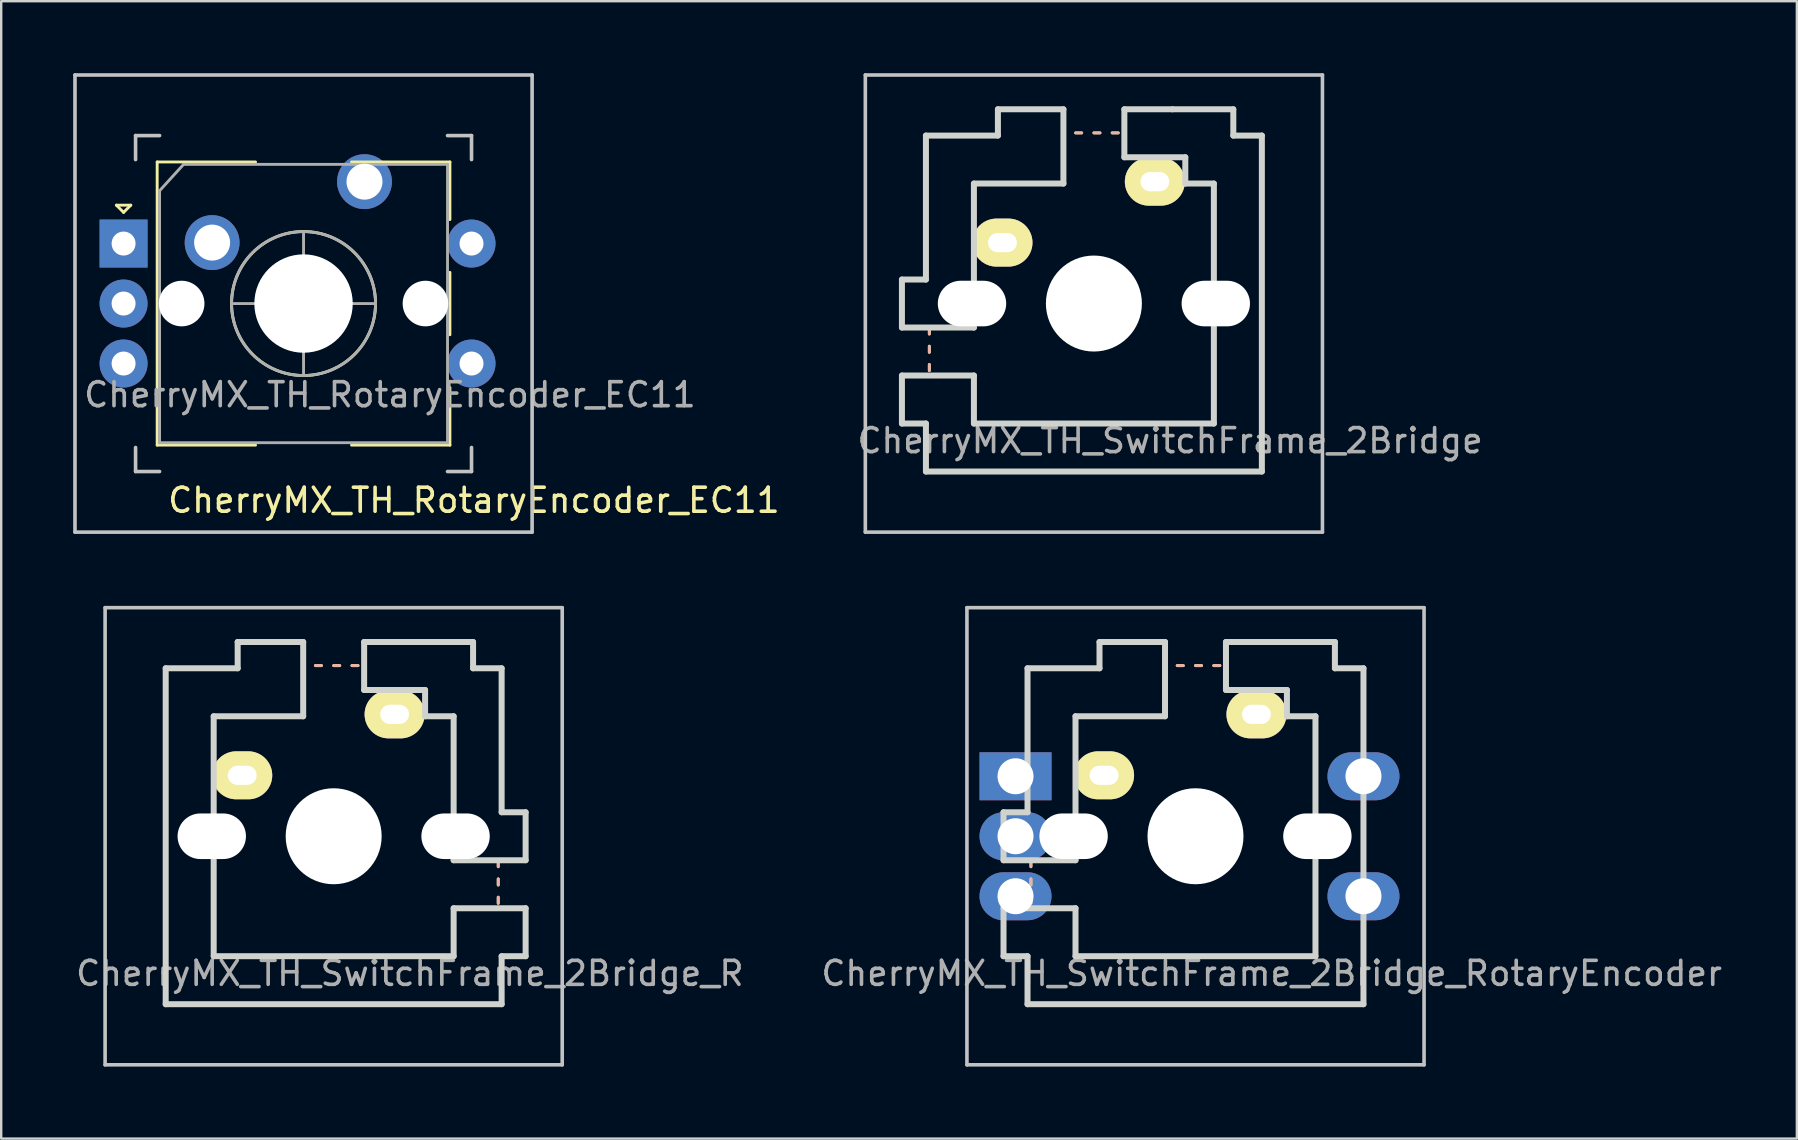
<source format=kicad_pcb>
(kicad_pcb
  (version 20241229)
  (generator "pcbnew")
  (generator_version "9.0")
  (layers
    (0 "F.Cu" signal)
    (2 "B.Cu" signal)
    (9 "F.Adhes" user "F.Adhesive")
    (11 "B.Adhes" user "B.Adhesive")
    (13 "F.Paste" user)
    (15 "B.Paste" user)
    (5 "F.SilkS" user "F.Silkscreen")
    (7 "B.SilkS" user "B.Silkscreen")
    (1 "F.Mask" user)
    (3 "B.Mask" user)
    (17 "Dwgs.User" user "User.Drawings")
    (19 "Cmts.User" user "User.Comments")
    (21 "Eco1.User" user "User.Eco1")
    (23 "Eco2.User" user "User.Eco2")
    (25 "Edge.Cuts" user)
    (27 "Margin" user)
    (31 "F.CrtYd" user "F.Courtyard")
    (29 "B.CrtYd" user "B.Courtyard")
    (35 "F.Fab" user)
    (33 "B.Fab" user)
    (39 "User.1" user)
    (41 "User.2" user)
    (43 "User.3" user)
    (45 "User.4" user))
  (footprint "CherryMX_TH_SwitchFrame_2Bridge_R"
    (layer "F.Cu")
    (at 10.855 31.8)
    (property "Reference" "CherryMX_TH_SwitchFrame_2Bridge_R" (at 3.175 5.715 0) (layer "F.Fab") (effects (font (size 1 1) (thickness 0.15))))
    (attr through_hole)
    (fp_line (start -0.762 -7.112) (end -0.508 -7.112) (stroke (width 0.12) (type solid)) (layer "F.SilkS"))
    (fp_line (start 0 -7.112) (end 0.254 -7.112) (stroke (width 0.12) (type solid)) (layer "F.SilkS"))
    (fp_line (start 0.762 -7.112) (end 1.016 -7.112) (stroke (width 0.12) (type solid)) (layer "F.SilkS"))
    (fp_line (start 6.858 1.016) (end 6.858 1.27) (stroke (width 0.12) (type solid)) (layer "F.SilkS"))
    (fp_line (start 6.858 1.778) (end 6.858 2.032) (stroke (width 0.12) (type solid)) (layer "F.SilkS"))
    (fp_line (start 6.858 2.54) (end 6.858 2.794) (stroke (width 0.12) (type solid)) (layer "F.SilkS"))
    (fp_line (start -0.762 -7.112) (end -0.508 -7.112) (stroke (width 0.12) (type solid)) (layer "B.SilkS"))
    (fp_line (start 0 -7.112) (end 0.254 -7.112) (stroke (width 0.12) (type solid)) (layer "B.SilkS"))
    (fp_line (start 0.762 -7.112) (end 1.016 -7.112) (stroke (width 0.12) (type solid)) (layer "B.SilkS"))
    (fp_line (start 6.858 1.016) (end 6.858 1.27) (stroke (width 0.12) (type solid)) (layer "B.SilkS"))
    (fp_line (start 6.858 1.778) (end 6.858 2.032) (stroke (width 0.12) (type solid)) (layer "B.SilkS"))
    (fp_line (start 6.858 2.54) (end 6.858 2.794) (stroke (width 0.12) (type solid)) (layer "B.SilkS"))
    (fp_line (start -9.525 -9.525) (end 9.525 -9.525) (stroke (width 0.15) (type solid)) (layer "Dwgs.User"))
    (fp_line (start -9.525 9.525) (end -9.525 -9.525) (stroke (width 0.15) (type solid)) (layer "Dwgs.User"))
    (fp_line (start 9.525 -9.525) (end 9.525 9.525) (stroke (width 0.15) (type solid)) (layer "Dwgs.User"))
    (fp_line (start 9.525 9.525) (end -9.525 9.525) (stroke (width 0.15) (type solid)) (layer "Dwgs.User"))
    (fp_line (start -7 7) (end -7 -7) (stroke (width 0.25) (type solid)) (layer "Edge.Cuts"))
    (fp_line (start -7 7) (end 7 7) (stroke (width 0.25) (type solid)) (layer "Edge.Cuts"))
    (fp_line (start -5 5) (end -5 -5) (stroke (width 0.25) (type solid)) (layer "Edge.Cuts"))
    (fp_line (start -5 5) (end 5 5) (stroke (width 0.25) (type solid)) (layer "Edge.Cuts"))
    (fp_line (start -4 -8.096) (end -1.27 -8.096) (stroke (width 0.25) (type solid)) (layer "Edge.Cuts"))
    (fp_line (start -4 -7) (end -7 -7) (stroke (width 0.25) (type solid)) (layer "Edge.Cuts"))
    (fp_line (start -4 -7) (end -4 -8.096) (stroke (width 0.25) (type solid)) (layer "Edge.Cuts"))
    (fp_line (start -1.27 -8.096) (end -1.27 -5) (stroke (width 0.25) (type solid)) (layer "Edge.Cuts"))
    (fp_line (start -1.27 -5) (end -5 -5) (stroke (width 0.25) (type solid)) (layer "Edge.Cuts"))
    (fp_line (start 1.27 -8.096) (end 1.27 -6.096) (stroke (width 0.25) (type solid)) (layer "Edge.Cuts"))
    (fp_line (start 3.27 -8.096) (end 1.27 -8.096) (stroke (width 0.25) (type solid)) (layer "Edge.Cuts"))
    (fp_line (start 3.81 -6.096) (end 1.27 -6.096) (stroke (width 0.25) (type solid)) (layer "Edge.Cuts"))
    (fp_line (start 3.81 -6.096) (end 3.81 -5) (stroke (width 0.25) (type solid)) (layer "Edge.Cuts"))
    (fp_line (start 5 -5) (end 3.81 -5) (stroke (width 0.25) (type solid)) (layer "Edge.Cuts"))
    (fp_line (start 5 -5) (end 5 1) (stroke (width 0.25) (type solid)) (layer "Edge.Cuts"))
    (fp_line (start 5 3) (end 5 5) (stroke (width 0.25) (type solid)) (layer "Edge.Cuts"))
    (fp_line (start 5.81 -8.096) (end 3.27 -8.096) (stroke (width 0.25) (type solid)) (layer "Edge.Cuts"))
    (fp_line (start 5.81 -7) (end 5.81 -8.096) (stroke (width 0.25) (type solid)) (layer "Edge.Cuts"))
    (fp_line (start 7 -7) (end 5.81 -7) (stroke (width 0.25) (type solid)) (layer "Edge.Cuts"))
    (fp_line (start 7 -7) (end 7 -1) (stroke (width 0.25) (type solid)) (layer "Edge.Cuts"))
    (fp_line (start 7 5) (end 7 7) (stroke (width 0.25) (type solid)) (layer "Edge.Cuts"))
    (fp_line (start 8 -1) (end 7 -1) (stroke (width 0.25) (type solid)) (layer "Edge.Cuts"))
    (fp_line (start 8 -1) (end 8 1) (stroke (width 0.25) (type solid)) (layer "Edge.Cuts"))
    (fp_line (start 8 1) (end 5 1) (stroke (width 0.25) (type solid)) (layer "Edge.Cuts"))
    (fp_line (start 8 3) (end 5 3) (stroke (width 0.25) (type solid)) (layer "Edge.Cuts"))
    (fp_line (start 8 3) (end 8 5) (stroke (width 0.25) (type solid)) (layer "Edge.Cuts"))
    (fp_line (start 8 5) (end 7 5) (stroke (width 0.25) (type solid)) (layer "Edge.Cuts"))
    (pad "" np_thru_hole oval (at -5.08 0) (size 2.85 1.9) (drill oval 2.85 1.9) (layers "*.Cu" "*.Mask"))
    (pad "" np_thru_hole circle (at 0 0 270) (size 4 4) (drill 4) (layers "*.Cu" "*.Mask"))
    (pad "" np_thru_hole oval (at 5.08 0 180) (size 2.85 1.9) (drill oval 2.85 1.9) (layers "*.Cu" "*.Mask"))
    (pad "1" thru_hole oval (at -3.81 -2.54) (size 2.5 2) (drill oval 1.2 0.8) (layers "*.Cu" "B.Mask" "F.SilkS"))
    (pad "2" thru_hole oval (at 2.54 -5.08) (size 2.5 2) (drill oval 1.2 0.8) (layers "*.Cu" "B.Mask" "F.SilkS")))
  (footprint "CherryMX_TH_RotaryEncoder_EC11"
    (layer "F.Cu")
    (at 9.6 9.6)
    (property "Reference" "CherryMX_TH_RotaryEncoder_EC11" (at 7.1 8.2 0) (layer "F.SilkS") (effects (font (size 1 1) (thickness 0.15))))
    (attr through_hole)
    (fp_line (start -7.8 -4.1) (end -7.2 -4.1) (stroke (width 0.12) (type solid)) (layer "F.SilkS"))
    (fp_line (start -7.5 -3.8) (end -7.8 -4.1) (stroke (width 0.12) (type solid)) (layer "F.SilkS"))
    (fp_line (start -7.2 -4.1) (end -7.5 -3.8) (stroke (width 0.12) (type solid)) (layer "F.SilkS"))
    (fp_line (start -6.1 -5.9) (end -6.1 5.9) (stroke (width 0.12) (type solid)) (layer "F.SilkS"))
    (fp_line (start -2 -5.9) (end -6.1 -5.9) (stroke (width 0.12) (type solid)) (layer "F.SilkS"))
    (fp_line (start -2 5.9) (end -6.1 5.9) (stroke (width 0.12) (type solid)) (layer "F.SilkS"))
    (fp_line (start -0.5 0) (end 0.5 0) (stroke (width 0.12) (type solid)) (layer "F.SilkS"))
    (fp_line (start 0 -0.5) (end 0 0.5) (stroke (width 0.12) (type solid)) (layer "F.SilkS"))
    (fp_line (start 2 -5.9) (end 6.1 -5.9) (stroke (width 0.12) (type solid)) (layer "F.SilkS"))
    (fp_line (start 6.1 -5.9) (end 6.1 -3.5) (stroke (width 0.12) (type solid)) (layer "F.SilkS"))
    (fp_line (start 6.1 -1.3) (end 6.1 1.3) (stroke (width 0.12) (type solid)) (layer "F.SilkS"))
    (fp_line (start 6.1 3.5) (end 6.1 5.9) (stroke (width 0.12) (type solid)) (layer "F.SilkS"))
    (fp_line (start 6.1 5.9) (end 2 5.9) (stroke (width 0.12) (type solid)) (layer "F.SilkS"))
    (fp_circle (center 0 0) (end 3 0) (stroke (width 0.12) (type solid)) (fill no) (layer "F.SilkS"))
    (fp_line (start -9.525 -9.525) (end 9.525 -9.525) (stroke (width 0.15) (type solid)) (layer "Dwgs.User"))
    (fp_line (start -9.525 9.525) (end -9.525 -9.525) (stroke (width 0.15) (type solid)) (layer "Dwgs.User"))
    (fp_line (start -7 -7) (end -6 -7) (stroke (width 0.15) (type solid)) (layer "Dwgs.User"))
    (fp_line (start -7 -6) (end -7 -7) (stroke (width 0.15) (type solid)) (layer "Dwgs.User"))
    (fp_line (start -7 6) (end -7 7) (stroke (width 0.15) (type solid)) (layer "Dwgs.User"))
    (fp_line (start -7 7) (end -6 7) (stroke (width 0.15) (type solid)) (layer "Dwgs.User"))
    (fp_line (start 6 7) (end 7 7) (stroke (width 0.15) (type solid)) (layer "Dwgs.User"))
    (fp_line (start 7 -7) (end 6 -7) (stroke (width 0.15) (type solid)) (layer "Dwgs.User"))
    (fp_line (start 7 -7) (end 7 -6) (stroke (width 0.15) (type solid)) (layer "Dwgs.User"))
    (fp_line (start 7 7) (end 7 6) (stroke (width 0.15) (type solid)) (layer "Dwgs.User"))
    (fp_line (start 9.525 -9.525) (end 9.525 9.525) (stroke (width 0.15) (type solid)) (layer "Dwgs.User"))
    (fp_line (start 9.525 9.525) (end -9.525 9.525) (stroke (width 0.15) (type solid)) (layer "Dwgs.User"))
    (fp_line (start -6 -4.7) (end -5 -5.8) (stroke (width 0.12) (type solid)) (layer "F.Fab"))
    (fp_line (start -6 5.8) (end -6 -4.7) (stroke (width 0.12) (type solid)) (layer "F.Fab"))
    (fp_line (start -5 -5.8) (end 6 -5.8) (stroke (width 0.12) (type solid)) (layer "F.Fab"))
    (fp_line (start -3 0) (end 3 0) (stroke (width 0.12) (type solid)) (layer "F.Fab"))
    (fp_line (start 0 -3) (end 0 3) (stroke (width 0.12) (type solid)) (layer "F.Fab"))
    (fp_line (start 6 -5.8) (end 6 5.8) (stroke (width 0.12) (type solid)) (layer "F.Fab"))
    (fp_line (start 6 5.8) (end -6 5.8) (stroke (width 0.12) (type solid)) (layer "F.Fab"))
    (fp_circle (center 0 0) (end 3 0) (stroke (width 0.12) (type solid)) (fill no) (layer "F.Fab"))
    (fp_text user "${REFERENCE}" (at 3.6 3.8 0) (layer "F.Fab") (effects (font (size 1 1) (thickness 0.15))))
    (pad "" np_thru_hole circle (at -5.08 0) (size 1.9 1.9) (drill 1.9) (layers "*.Cu" "*.Mask"))
    (pad "" np_thru_hole circle (at 0 0 90) (size 4.1 4.1) (drill 4.1) (layers "*.Cu" "*.Mask"))
    (pad "" np_thru_hole circle (at 5.08 0) (size 1.9 1.9) (drill 1.9) (layers "*.Cu" "*.Mask"))
    (pad "1" thru_hole circle (at -3.81 -2.54) (size 2.286 2.286) (drill 1.499) (layers "*.Cu" "B.Mask"))
    (pad "1" thru_hole circle (at 7 2.5) (size 2 2) (drill 1) (layers "*.Cu" "*.Mask"))
    (pad "2" thru_hole circle (at 2.54 -5.08) (size 2.286 2.286) (drill 1.499) (layers "*.Cu" "B.Mask"))
    (pad "2" thru_hole circle (at 7 -2.5) (size 2 2) (drill 1) (layers "*.Cu" "*.Mask"))
    (pad "A" thru_hole rect (at -7.5 -2.5) (size 2 2) (drill 1) (layers "*.Cu" "*.Mask"))
    (pad "B" thru_hole circle (at -7.5 2.5) (size 2 2) (drill 1) (layers "*.Cu" "*.Mask"))
    (pad "C" thru_hole circle (at -7.5 0) (size 2 2) (drill 1) (layers "*.Cu" "*.Mask")))
  (footprint "CherryMX_TH_SwitchFrame_2Bridge_RotaryEncoder"
    (layer "F.Cu")
    (at 46.771 31.8)
    (property "Reference" "CherryMX_TH_SwitchFrame_2Bridge_RotaryEncoder" (at 3.175 5.715 0) (layer "F.Fab") (effects (font (size 1 1) (thickness 0.15))))
    (attr through_hole)
    (fp_line (start -6.858 1.016) (end -6.858 1.27) (stroke (width 0.12) (type solid)) (layer "F.SilkS"))
    (fp_line (start -6.858 1.778) (end -6.858 2.032) (stroke (width 0.12) (type solid)) (layer "F.SilkS"))
    (fp_line (start -6.858 2.54) (end -6.858 2.794) (stroke (width 0.12) (type solid)) (layer "F.SilkS"))
    (fp_line (start -0.762 -7.112) (end -0.508 -7.112) (stroke (width 0.12) (type solid)) (layer "F.SilkS"))
    (fp_line (start 0 -7.112) (end 0.254 -7.112) (stroke (width 0.12) (type solid)) (layer "F.SilkS"))
    (fp_line (start 0.762 -7.112) (end 1.016 -7.112) (stroke (width 0.12) (type solid)) (layer "F.SilkS"))
    (fp_line (start -6.858 1.016) (end -6.858 1.27) (stroke (width 0.12) (type solid)) (layer "B.SilkS"))
    (fp_line (start -6.858 1.778) (end -6.858 2.032) (stroke (width 0.12) (type solid)) (layer "B.SilkS"))
    (fp_line (start -6.858 2.54) (end -6.858 2.794) (stroke (width 0.12) (type solid)) (layer "B.SilkS"))
    (fp_line (start -0.762 -7.112) (end -0.508 -7.112) (stroke (width 0.12) (type solid)) (layer "B.SilkS"))
    (fp_line (start 0 -7.112) (end 0.254 -7.112) (stroke (width 0.12) (type solid)) (layer "B.SilkS"))
    (fp_line (start 0.762 -7.112) (end 1.016 -7.112) (stroke (width 0.12) (type solid)) (layer "B.SilkS"))
    (fp_line (start -9.525 -9.525) (end 9.525 -9.525) (stroke (width 0.15) (type solid)) (layer "Dwgs.User"))
    (fp_line (start -9.525 9.525) (end -9.525 -9.525) (stroke (width 0.15) (type solid)) (layer "Dwgs.User"))
    (fp_line (start 9.525 -9.525) (end 9.525 9.525) (stroke (width 0.15) (type solid)) (layer "Dwgs.User"))
    (fp_line (start 9.525 9.525) (end -9.525 9.525) (stroke (width 0.15) (type solid)) (layer "Dwgs.User"))
    (fp_line (start -8 -1) (end -8 1) (stroke (width 0.25) (type solid)) (layer "Edge.Cuts"))
    (fp_line (start -8 -1) (end -7 -1) (stroke (width 0.25) (type solid)) (layer "Edge.Cuts"))
    (fp_line (start -8 1) (end -5 1) (stroke (width 0.25) (type solid)) (layer "Edge.Cuts"))
    (fp_line (start -8 3) (end -8 5) (stroke (width 0.25) (type solid)) (layer "Edge.Cuts"))
    (fp_line (start -8 3) (end -5 3) (stroke (width 0.25) (type solid)) (layer "Edge.Cuts"))
    (fp_line (start -8 5) (end -7 5) (stroke (width 0.25) (type solid)) (layer "Edge.Cuts"))
    (fp_line (start -7 -7) (end -7 -1) (stroke (width 0.25) (type solid)) (layer "Edge.Cuts"))
    (fp_line (start -7 5) (end -7 7) (stroke (width 0.25) (type solid)) (layer "Edge.Cuts"))
    (fp_line (start -7 7) (end 7 7) (stroke (width 0.25) (type solid)) (layer "Edge.Cuts"))
    (fp_line (start -5 -5) (end -5 1) (stroke (width 0.25) (type solid)) (layer "Edge.Cuts"))
    (fp_line (start -5 3) (end -5 5) (stroke (width 0.25) (type solid)) (layer "Edge.Cuts"))
    (fp_line (start -5 5) (end 5 5) (stroke (width 0.25) (type solid)) (layer "Edge.Cuts"))
    (fp_line (start -4 -8.096) (end -1.27 -8.096) (stroke (width 0.25) (type solid)) (layer "Edge.Cuts"))
    (fp_line (start -4 -7) (end -7 -7) (stroke (width 0.25) (type solid)) (layer "Edge.Cuts"))
    (fp_line (start -4 -7) (end -4 -8.096) (stroke (width 0.25) (type solid)) (layer "Edge.Cuts"))
    (fp_line (start -1.27 -8.096) (end -1.27 -5) (stroke (width 0.25) (type solid)) (layer "Edge.Cuts"))
    (fp_line (start -1.27 -5) (end -5 -5) (stroke (width 0.25) (type solid)) (layer "Edge.Cuts"))
    (fp_line (start 1.27 -8.096) (end 1.27 -6.096) (stroke (width 0.25) (type solid)) (layer "Edge.Cuts"))
    (fp_line (start 3.27 -8.096) (end 1.27 -8.096) (stroke (width 0.25) (type solid)) (layer "Edge.Cuts"))
    (fp_line (start 3.81 -6.096) (end 1.27 -6.096) (stroke (width 0.25) (type solid)) (layer "Edge.Cuts"))
    (fp_line (start 3.81 -6.096) (end 3.81 -5) (stroke (width 0.25) (type solid)) (layer "Edge.Cuts"))
    (fp_line (start 5 -5) (end 3.81 -5) (stroke (width 0.25) (type solid)) (layer "Edge.Cuts"))
    (fp_line (start 5 5) (end 5 -5) (stroke (width 0.25) (type solid)) (layer "Edge.Cuts"))
    (fp_line (start 5.81 -8.096) (end 3.27 -8.096) (stroke (width 0.25) (type solid)) (layer "Edge.Cuts"))
    (fp_line (start 5.81 -7) (end 5.81 -8.096) (stroke (width 0.25) (type solid)) (layer "Edge.Cuts"))
    (fp_line (start 7 -7) (end 5.81 -7) (stroke (width 0.25) (type solid)) (layer "Edge.Cuts"))
    (fp_line (start 7 7) (end 7 -7) (stroke (width 0.25) (type solid)) (layer "Edge.Cuts"))
    (pad "" np_thru_hole oval (at -5.08 0) (size 2.85 1.9) (drill oval 2.85 1.9) (layers "*.Cu" "*.Mask"))
    (pad "" np_thru_hole circle (at 0 0 90) (size 4 4) (drill 4) (layers "*.Cu" "*.Mask"))
    (pad "" np_thru_hole oval (at 5.08 0 180) (size 2.85 1.9) (drill oval 2.85 1.9) (layers "*.Cu" "*.Mask"))
    (pad "A" thru_hole rect (at -7.5 -2.5) (size 3 2) (drill 1.5) (layers "*.Cu" "B.Mask"))
    (pad "B" thru_hole oval (at -7.5 2.5) (size 3 2) (drill 1.5) (layers "*.Cu" "B.Mask"))
    (pad "C" thru_hole oval (at -7.5 0) (size 3 2) (drill 1.5) (layers "*.Cu" "B.Mask"))
    (pad "S1" thru_hole oval (at -3.81 -2.54) (size 2.5 2) (drill oval 1.2 0.8) (layers "*.Cu" "B.Mask" "F.SilkS"))
    (pad "S1" thru_hole oval (at 7 2.5) (size 3 2) (drill 1.5) (layers "*.Cu" "B.Mask"))
    (pad "S2" thru_hole oval (at 2.54 -5.08) (size 2.5 2) (drill oval 1.2 0.8) (layers "*.Cu" "B.Mask" "F.SilkS"))
    (pad "S2" thru_hole oval (at 7 -2.5) (size 3 2) (drill 1.5) (layers "*.Cu" "B.Mask")))
  (footprint "CherryMX_TH_SwitchFrame_2Bridge"
    (layer "F.Cu")
    (at 42.537 9.6)
    (property "Reference" "CherryMX_TH_SwitchFrame_2Bridge" (at 3.175 5.715 0) (layer "F.Fab") (effects (font (size 1 1) (thickness 0.15))))
    (attr through_hole)
    (fp_line (start -6.858 1.016) (end -6.858 1.27) (stroke (width 0.12) (type solid)) (layer "F.SilkS"))
    (fp_line (start -6.858 1.778) (end -6.858 2.032) (stroke (width 0.12) (type solid)) (layer "F.SilkS"))
    (fp_line (start -6.858 2.54) (end -6.858 2.794) (stroke (width 0.12) (type solid)) (layer "F.SilkS"))
    (fp_line (start -0.762 -7.112) (end -0.508 -7.112) (stroke (width 0.12) (type solid)) (layer "F.SilkS"))
    (fp_line (start 0 -7.112) (end 0.254 -7.112) (stroke (width 0.12) (type solid)) (layer "F.SilkS"))
    (fp_line (start 0.762 -7.112) (end 1.016 -7.112) (stroke (width 0.12) (type solid)) (layer "F.SilkS"))
    (fp_line (start -6.858 1.016) (end -6.858 1.27) (stroke (width 0.12) (type solid)) (layer "B.SilkS"))
    (fp_line (start -6.858 1.778) (end -6.858 2.032) (stroke (width 0.12) (type solid)) (layer "B.SilkS"))
    (fp_line (start -6.858 2.54) (end -6.858 2.794) (stroke (width 0.12) (type solid)) (layer "B.SilkS"))
    (fp_line (start -0.762 -7.112) (end -0.508 -7.112) (stroke (width 0.12) (type solid)) (layer "B.SilkS"))
    (fp_line (start 0 -7.112) (end 0.254 -7.112) (stroke (width 0.12) (type solid)) (layer "B.SilkS"))
    (fp_line (start 0.762 -7.112) (end 1.016 -7.112) (stroke (width 0.12) (type solid)) (layer "B.SilkS"))
    (fp_line (start -9.525 -9.525) (end 9.525 -9.525) (stroke (width 0.15) (type solid)) (layer "Dwgs.User"))
    (fp_line (start -9.525 9.525) (end -9.525 -9.525) (stroke (width 0.15) (type solid)) (layer "Dwgs.User"))
    (fp_line (start 9.525 -9.525) (end 9.525 9.525) (stroke (width 0.15) (type solid)) (layer "Dwgs.User"))
    (fp_line (start 9.525 9.525) (end -9.525 9.525) (stroke (width 0.15) (type solid)) (layer "Dwgs.User"))
    (fp_line (start -8 -1) (end -8 1) (stroke (width 0.25) (type solid)) (layer "Edge.Cuts"))
    (fp_line (start -8 -1) (end -7 -1) (stroke (width 0.25) (type solid)) (layer "Edge.Cuts"))
    (fp_line (start -8 1) (end -5 1) (stroke (width 0.25) (type solid)) (layer "Edge.Cuts"))
    (fp_line (start -8 3) (end -8 5) (stroke (width 0.25) (type solid)) (layer "Edge.Cuts"))
    (fp_line (start -8 3) (end -5 3) (stroke (width 0.25) (type solid)) (layer "Edge.Cuts"))
    (fp_line (start -8 5) (end -7 5) (stroke (width 0.25) (type solid)) (layer "Edge.Cuts"))
    (fp_line (start -7 -7) (end -7 -1) (stroke (width 0.25) (type solid)) (layer "Edge.Cuts"))
    (fp_line (start -7 5) (end -7 7) (stroke (width 0.25) (type solid)) (layer "Edge.Cuts"))
    (fp_line (start -7 7) (end 7 7) (stroke (width 0.25) (type solid)) (layer "Edge.Cuts"))
    (fp_line (start -5 -5) (end -5 1) (stroke (width 0.25) (type solid)) (layer "Edge.Cuts"))
    (fp_line (start -5 3) (end -5 5) (stroke (width 0.25) (type solid)) (layer "Edge.Cuts"))
    (fp_line (start -5 5) (end 5 5) (stroke (width 0.25) (type solid)) (layer "Edge.Cuts"))
    (fp_line (start -4 -8.096) (end -1.27 -8.096) (stroke (width 0.25) (type solid)) (layer "Edge.Cuts"))
    (fp_line (start -4 -7) (end -7 -7) (stroke (width 0.25) (type solid)) (layer "Edge.Cuts"))
    (fp_line (start -4 -7) (end -4 -8.096) (stroke (width 0.25) (type solid)) (layer "Edge.Cuts"))
    (fp_line (start -1.27 -8.096) (end -1.27 -5) (stroke (width 0.25) (type solid)) (layer "Edge.Cuts"))
    (fp_line (start -1.27 -5) (end -5 -5) (stroke (width 0.25) (type solid)) (layer "Edge.Cuts"))
    (fp_line (start 1.27 -8.096) (end 1.27 -6.096) (stroke (width 0.25) (type solid)) (layer "Edge.Cuts"))
    (fp_line (start 3.27 -8.096) (end 1.27 -8.096) (stroke (width 0.25) (type solid)) (layer "Edge.Cuts"))
    (fp_line (start 3.81 -6.096) (end 1.27 -6.096) (stroke (width 0.25) (type solid)) (layer "Edge.Cuts"))
    (fp_line (start 3.81 -6.096) (end 3.81 -5) (stroke (width 0.25) (type solid)) (layer "Edge.Cuts"))
    (fp_line (start 5 -5) (end 3.81 -5) (stroke (width 0.25) (type solid)) (layer "Edge.Cuts"))
    (fp_line (start 5 5) (end 5 -5) (stroke (width 0.25) (type solid)) (layer "Edge.Cuts"))
    (fp_line (start 5.81 -8.096) (end 3.27 -8.096) (stroke (width 0.25) (type solid)) (layer "Edge.Cuts"))
    (fp_line (start 5.81 -7) (end 5.81 -8.096) (stroke (width 0.25) (type solid)) (layer "Edge.Cuts"))
    (fp_line (start 7 -7) (end 5.81 -7) (stroke (width 0.25) (type solid)) (layer "Edge.Cuts"))
    (fp_line (start 7 7) (end 7 -7) (stroke (width 0.25) (type solid)) (layer "Edge.Cuts"))
    (pad "" np_thru_hole oval (at -5.08 0) (size 2.85 1.9) (drill oval 2.85 1.9) (layers "*.Cu" "*.Mask"))
    (pad "" np_thru_hole circle (at 0 0 90) (size 4 4) (drill 4) (layers "*.Cu" "*.Mask"))
    (pad "" np_thru_hole oval (at 5.08 0 180) (size 2.85 1.9) (drill oval 2.85 1.9) (layers "*.Cu" "*.Mask"))
    (pad "1" thru_hole oval (at -3.81 -2.54) (size 2.5 2) (drill oval 1.2 0.8) (layers "*.Cu" "B.Mask" "F.SilkS"))
    (pad "2" thru_hole oval (at 2.54 -5.08) (size 2.5 2) (drill oval 1.2 0.8) (layers "*.Cu" "B.Mask" "F.SilkS")))
  (gr_rect
    (start -3 -3)
    (end 71.833 44.4)
    (stroke (width 0.1) (type default))
    (fill no)
    (layer "Edge.Cuts")))
</source>
